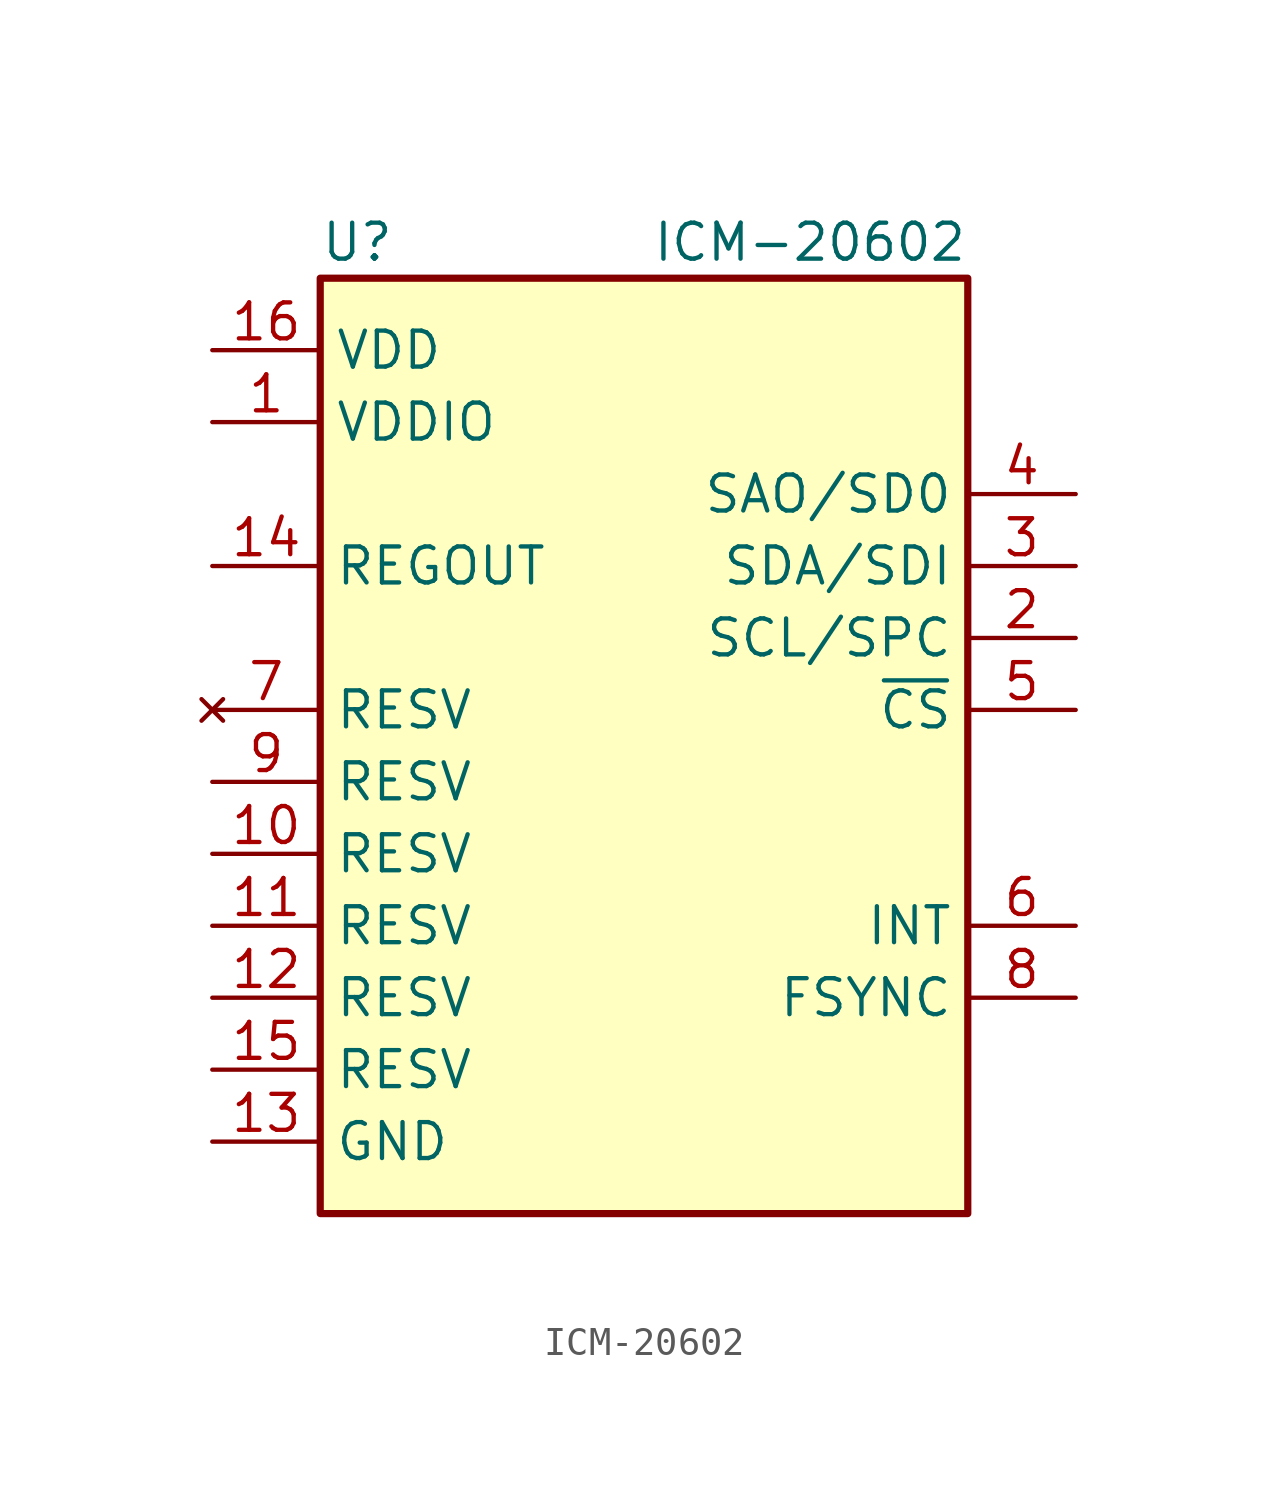
<source format=kicad_sym>
(kicad_symbol_lib
  (version 20211014)
  (generator kicad_symbol_editor)
  (symbol "ICM-20602"
    (property "Reference" "U"
      (at -11.43 13.97 0)
      (effects (font (size 1.27 1.27)) (justify left)))
    (property "Value" "ICM-20602"
      (at 11.43 13.97 0)
      (effects (font (size 1.27 1.27)) (justify right)))
    (symbol "ICM-20602_0_1"
      (rectangle (start -11.43 12.7) (end 11.43 -20.32) (stroke (width 0.254) (type default) (color 0 0 0 0)) (fill (type background))))
    (symbol "ICM-20602_1_1"
      (pin power_in line (at -15.24 7.62 0) (length 3.81) (name "VDDIO" (effects (font (size 1.27 1.27)))) (number "1" (effects (font (size 1.27 1.27)))))
      (pin passive line (at -15.24 -7.62 0) (length 3.81) (name "RESV" (effects (font (size 1.27 1.27)))) (number "10" (effects (font (size 1.27 1.27)))))
      (pin passive line (at -15.24 -10.16 0) (length 3.81) (name "RESV" (effects (font (size 1.27 1.27)))) (number "11" (effects (font (size 1.27 1.27)))))
      (pin passive line (at -15.24 -12.7 0) (length 3.81) (name "RESV" (effects (font (size 1.27 1.27)))) (number "12" (effects (font (size 1.27 1.27)))))
      (pin power_in line (at -15.24 -17.78 0) (length 3.81) (name "GND" (effects (font (size 1.27 1.27)))) (number "13" (effects (font (size 1.27 1.27)))))
      (pin passive line (at -15.24 2.54 0) (length 3.81) (name "REGOUT" (effects (font (size 1.27 1.27)))) (number "14" (effects (font (size 1.27 1.27)))))
      (pin passive line (at -15.24 -15.24 0) (length 3.81) (name "RESV" (effects (font (size 1.27 1.27)))) (number "15" (effects (font (size 1.27 1.27)))))
      (pin power_in line (at -15.24 10.16 0) (length 3.81) (name "VDD" (effects (font (size 1.27 1.27)))) (number "16" (effects (font (size 1.27 1.27)))))
      (pin input line (at 15.24 0 180) (length 3.81) (name "SCL/SPC" (effects (font (size 1.27 1.27)))) (number "2" (effects (font (size 1.27 1.27)))))
      (pin bidirectional line (at 15.24 2.54 180) (length 3.81) (name "SDA/SDI" (effects (font (size 1.27 1.27)))) (number "3" (effects (font (size 1.27 1.27)))))
      (pin bidirectional line (at 15.24 5.08 180) (length 3.81) (name "SAO/SD0" (effects (font (size 1.27 1.27)))) (number "4" (effects (font (size 1.27 1.27)))))
      (pin input line (at 15.24 -2.54 180) (length 3.81) (name "~{CS}" (effects (font (size 1.27 1.27)))) (number "5" (effects (font (size 1.27 1.27)))))
      (pin output line (at 15.24 -10.16 180) (length 3.81) (name "INT" (effects (font (size 1.27 1.27)))) (number "6" (effects (font (size 1.27 1.27)))))
      (pin no_connect line (at -15.24 -2.54 0) (length 3.81) (name "RESV" (effects (font (size 1.27 1.27)))) (number "7" (effects (font (size 1.27 1.27)))))
      (pin input line (at 15.24 -12.7 180) (length 3.81) (name "FSYNC" (effects (font (size 1.27 1.27)))) (number "8" (effects (font (size 1.27 1.27)))))
      (pin passive line (at -15.24 -5.08 0) (length 3.81) (name "RESV" (effects (font (size 1.27 1.27)))) (number "9" (effects (font (size 1.27 1.27))))))))
</source>
